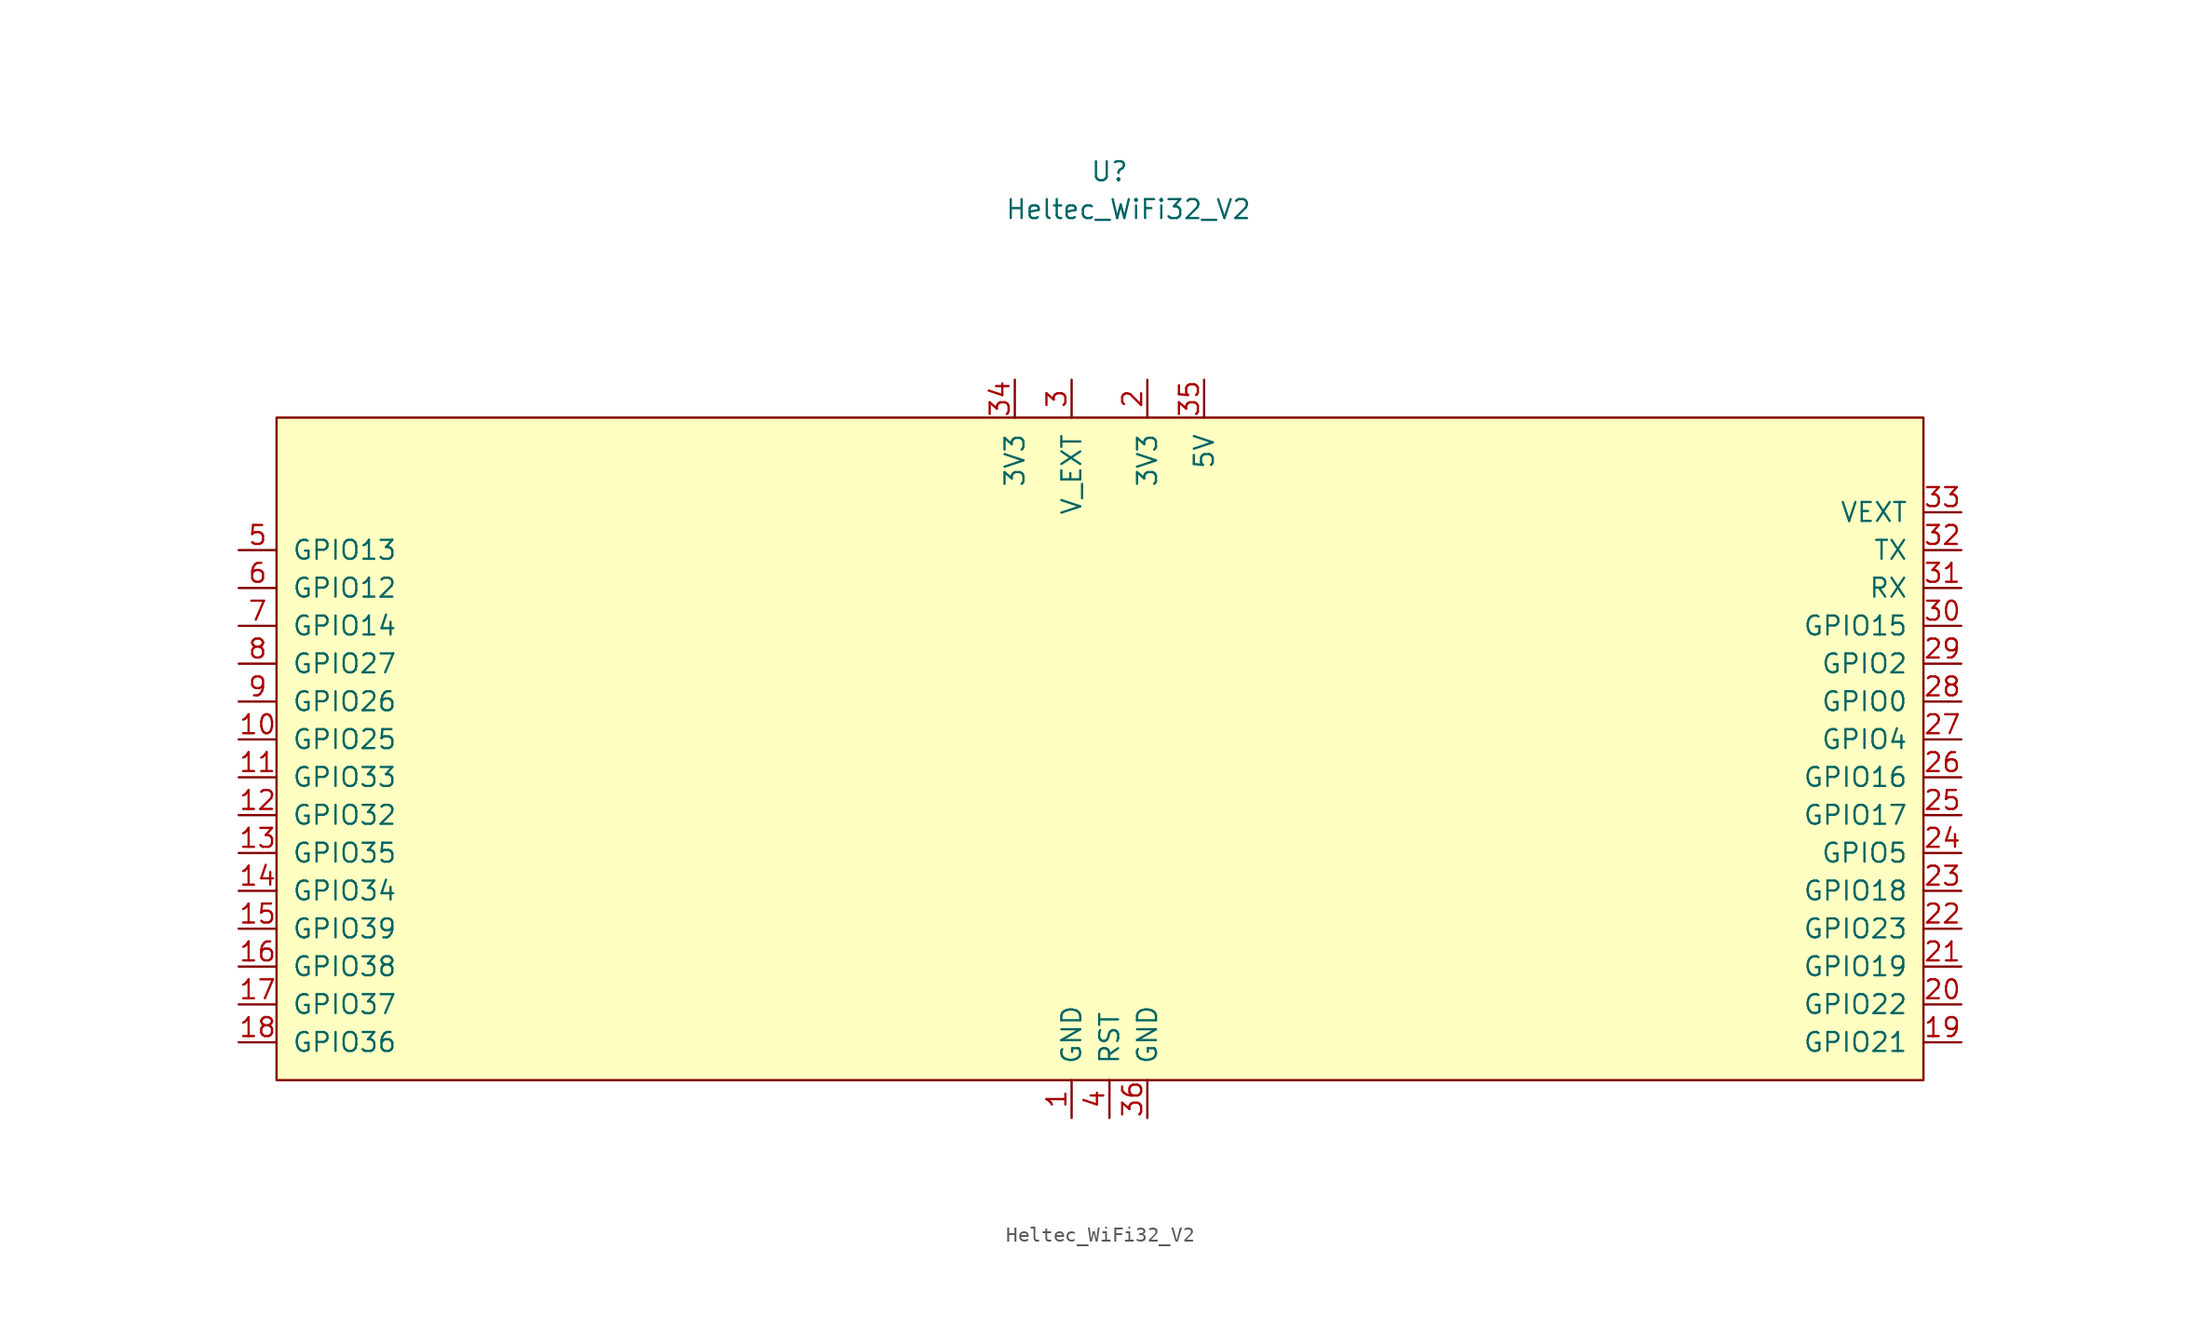
<source format=kicad_sym>
(kicad_symbol_lib
  (version 20211014)
  (generator kicad_symbol_editor)
  (symbol "Heltec_WiFi32_V2"
    (pin_names
      (offset 1.016))
    (property "Reference" "U"
      (at 0 21.59 0)
      (effects (font (size 1.27 1.27))))
    (property "Value" "Heltec_WiFi32_V2"
      (at 1.27 19.05 0)
      (effects (font (size 1.27 1.27))))
    (symbol "Heltec_WiFi32_V2_0_1"
      (rectangle (start -55.88 5.08) (end 54.61 -39.37) (stroke (width 0) (type default) (color 0 0 0 0)) (fill (type background))))
    (symbol "Heltec_WiFi32_V2_1_1"
      (pin power_in line (at -2.54 -41.91 90) (length 2.54) (name "GND" (effects (font (size 1.27 1.27)))) (number "1" (effects (font (size 1.27 1.27)))))
      (pin power_in line (at 2.54 7.62 270) (length 2.54) (name "3V3" (effects (font (size 1.27 1.27)))) (number "2" (effects (font (size 1.27 1.27)))))
      (pin power_in line (at -2.54 7.62 270) (length 2.54) (name "V_EXT" (effects (font (size 1.27 1.27)))) (number "3" (effects (font (size 1.27 1.27)))))
      (pin power_in line (at 0 -41.91 90) (length 2.54) (name "RST" (effects (font (size 1.27 1.27)))) (number "4" (effects (font (size 1.27 1.27)))))
      (pin bidirectional line (at -58.42 -3.81 0) (length 2.54) (name "GPIO13" (effects (font (size 1.27 1.27)))) (number "5" (effects (font (size 1.27 1.27)))))
      (pin bidirectional line (at -58.42 -6.35 0) (length 2.54) (name "GPIO12" (effects (font (size 1.27 1.27)))) (number "6" (effects (font (size 1.27 1.27)))))
      (pin input line (at -58.42 -8.89 0) (length 2.54) (name "GPIO14" (effects (font (size 1.27 1.27)))) (number "7" (effects (font (size 1.27 1.27)))))
      (pin bidirectional line (at -58.42 -11.43 0) (length 2.54) (name "GPIO27" (effects (font (size 1.27 1.27)))) (number "8" (effects (font (size 1.27 1.27)))))
      (pin bidirectional line (at -58.42 -13.97 0) (length 2.54) (name "GPIO26" (effects (font (size 1.27 1.27)))) (number "9" (effects (font (size 1.27 1.27)))))
      (pin bidirectional line (at -58.42 -16.51 0) (length 2.54) (name "GPIO25" (effects (font (size 1.27 1.27)))) (number "10" (effects (font (size 1.27 1.27)))))
      (pin bidirectional line (at -58.42 -19.05 0) (length 2.54) (name "GPIO33" (effects (font (size 1.27 1.27)))) (number "11" (effects (font (size 1.27 1.27)))))
      (pin bidirectional line (at -58.42 -21.59 0) (length 2.54) (name "GPIO32" (effects (font (size 1.27 1.27)))) (number "12" (effects (font (size 1.27 1.27)))))
      (pin bidirectional line (at -58.42 -24.13 0) (length 2.54) (name "GPIO35" (effects (font (size 1.27 1.27)))) (number "13" (effects (font (size 1.27 1.27)))))
      (pin bidirectional line (at -58.42 -26.67 0) (length 2.54) (name "GPIO34" (effects (font (size 1.27 1.27)))) (number "14" (effects (font (size 1.27 1.27)))))
      (pin bidirectional line (at -58.42 -29.21 0) (length 2.54) (name "GPIO39" (effects (font (size 1.27 1.27)))) (number "15" (effects (font (size 1.27 1.27)))))
      (pin bidirectional line (at -58.42 -31.75 0) (length 2.54) (name "GPIO38" (effects (font (size 1.27 1.27)))) (number "16" (effects (font (size 1.27 1.27)))))
      (pin bidirectional line (at -58.42 -34.29 0) (length 2.54) (name "GPIO37" (effects (font (size 1.27 1.27)))) (number "17" (effects (font (size 1.27 1.27)))))
      (pin bidirectional line (at -58.42 -36.83 0) (length 2.54) (name "GPIO36" (effects (font (size 1.27 1.27)))) (number "18" (effects (font (size 1.27 1.27)))))
      (pin bidirectional line (at 57.15 -36.83 180) (length 2.54) (name "GPIO21" (effects (font (size 1.27 1.27)))) (number "19" (effects (font (size 1.27 1.27)))))
      (pin bidirectional line (at 57.15 -34.29 180) (length 2.54) (name "GPIO22" (effects (font (size 1.27 1.27)))) (number "20" (effects (font (size 1.27 1.27)))))
      (pin bidirectional line (at 57.15 -31.75 180) (length 2.54) (name "GPIO19" (effects (font (size 1.27 1.27)))) (number "21" (effects (font (size 1.27 1.27)))))
      (pin bidirectional line (at 57.15 -29.21 180) (length 2.54) (name "GPIO23" (effects (font (size 1.27 1.27)))) (number "22" (effects (font (size 1.27 1.27)))))
      (pin bidirectional line (at 57.15 -26.67 180) (length 2.54) (name "GPIO18" (effects (font (size 1.27 1.27)))) (number "23" (effects (font (size 1.27 1.27)))))
      (pin bidirectional line (at 57.15 -24.13 180) (length 2.54) (name "GPIO5" (effects (font (size 1.27 1.27)))) (number "24" (effects (font (size 1.27 1.27)))))
      (pin bidirectional line (at 57.15 -21.59 180) (length 2.54) (name "GPIO17" (effects (font (size 1.27 1.27)))) (number "25" (effects (font (size 1.27 1.27)))))
      (pin bidirectional line (at 57.15 -19.05 180) (length 2.54) (name "GPIO16" (effects (font (size 1.27 1.27)))) (number "26" (effects (font (size 1.27 1.27)))))
      (pin bidirectional line (at 57.15 -16.51 180) (length 2.54) (name "GPIO4" (effects (font (size 1.27 1.27)))) (number "27" (effects (font (size 1.27 1.27)))))
      (pin bidirectional line (at 57.15 -13.97 180) (length 2.54) (name "GPIO0" (effects (font (size 1.27 1.27)))) (number "28" (effects (font (size 1.27 1.27)))))
      (pin bidirectional line (at 57.15 -11.43 180) (length 2.54) (name "GPIO2" (effects (font (size 1.27 1.27)))) (number "29" (effects (font (size 1.27 1.27)))))
      (pin bidirectional line (at 57.15 -8.89 180) (length 2.54) (name "GPIO15" (effects (font (size 1.27 1.27)))) (number "30" (effects (font (size 1.27 1.27)))))
      (pin bidirectional line (at 57.15 -6.35 180) (length 2.54) (name "RX" (effects (font (size 1.27 1.27)))) (number "31" (effects (font (size 1.27 1.27)))))
      (pin bidirectional line (at 57.15 -3.81 180) (length 2.54) (name "TX" (effects (font (size 1.27 1.27)))) (number "32" (effects (font (size 1.27 1.27)))))
      (pin bidirectional line (at 57.15 -1.27 180) (length 2.54) (name "VEXT" (effects (font (size 1.27 1.27)))) (number "33" (effects (font (size 1.27 1.27)))))
      (pin power_in line (at -6.35 7.62 270) (length 2.54) (name "3V3" (effects (font (size 1.27 1.27)))) (number "34" (effects (font (size 1.27 1.27)))))
      (pin power_in line (at 6.35 7.62 270) (length 2.54) (name "5V" (effects (font (size 1.27 1.27)))) (number "35" (effects (font (size 1.27 1.27)))))
      (pin power_in line (at 2.54 -41.91 90) (length 2.54) (name "GND" (effects (font (size 1.27 1.27)))) (number "36" (effects (font (size 1.27 1.27))))))))
</source>
